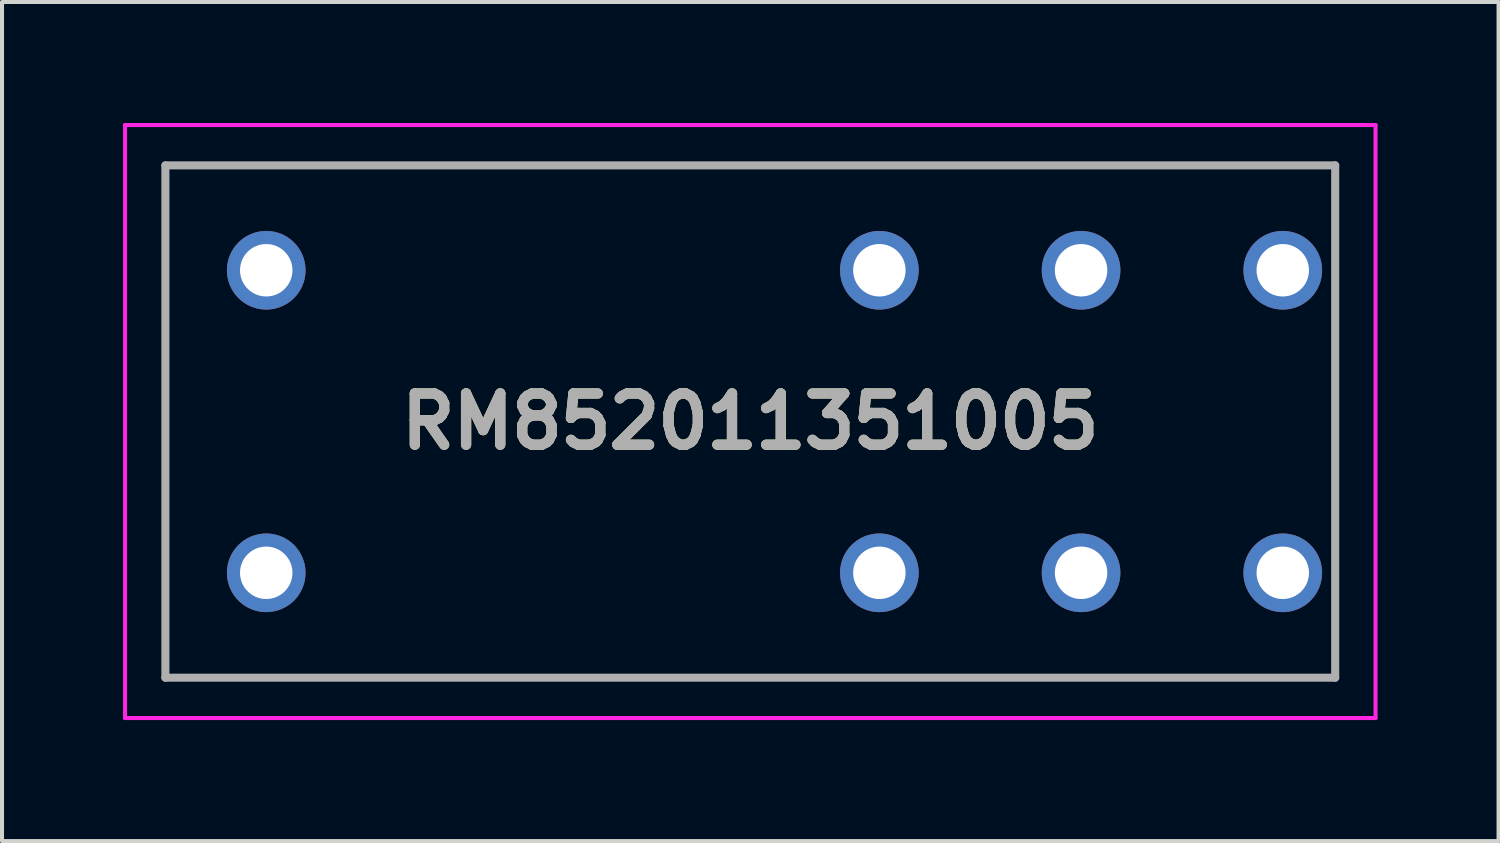
<source format=kicad_pcb>
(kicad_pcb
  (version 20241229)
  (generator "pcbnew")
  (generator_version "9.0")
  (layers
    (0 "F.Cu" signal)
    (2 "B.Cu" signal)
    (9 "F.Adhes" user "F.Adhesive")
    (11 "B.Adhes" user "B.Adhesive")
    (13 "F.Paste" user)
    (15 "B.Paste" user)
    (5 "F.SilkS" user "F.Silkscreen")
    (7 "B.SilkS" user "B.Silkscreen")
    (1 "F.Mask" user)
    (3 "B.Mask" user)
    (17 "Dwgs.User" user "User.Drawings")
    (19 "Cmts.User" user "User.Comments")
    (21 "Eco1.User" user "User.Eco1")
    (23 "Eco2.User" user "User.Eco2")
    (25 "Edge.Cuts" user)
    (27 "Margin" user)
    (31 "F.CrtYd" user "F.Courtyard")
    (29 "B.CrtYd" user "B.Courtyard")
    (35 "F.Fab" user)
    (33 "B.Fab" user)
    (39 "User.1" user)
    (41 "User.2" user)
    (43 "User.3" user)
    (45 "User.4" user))
  (footprint "RM852011351005"
    (layer "F.Cu")
    (at 23.75 11.15)
    (property "Reference" "RM852011351005" (at -8.2 -3.75 0) (layer "F.SilkS") (effects (font (size 1.27 1.27) (thickness 0.254))))
    (attr through_hole)
    (fp_line (start -22.7 -10.1) (end 6.3 -10.1) (stroke (width 0.1) (type solid)) (layer "F.SilkS"))
    (fp_line (start -22.7 2.6) (end -22.7 -10.1) (stroke (width 0.1) (type solid)) (layer "F.SilkS"))
    (fp_line (start 6.3 -10.1) (end 6.3 2.6) (stroke (width 0.1) (type solid)) (layer "F.SilkS"))
    (fp_line (start 6.3 2.6) (end -22.7 2.6) (stroke (width 0.1) (type solid)) (layer "F.SilkS"))
    (fp_line (start -23.7 -11.1) (end -23.7 3.6) (stroke (width 0.1) (type solid)) (layer "F.CrtYd"))
    (fp_line (start -23.7 3.6) (end 7.3 3.6) (stroke (width 0.1) (type solid)) (layer "F.CrtYd"))
    (fp_line (start 7.3 -11.1) (end -23.7 -11.1) (stroke (width 0.1) (type solid)) (layer "F.CrtYd"))
    (fp_line (start 7.3 3.6) (end 7.3 -11.1) (stroke (width 0.1) (type solid)) (layer "F.CrtYd"))
    (fp_line (start -22.7 -10.1) (end 6.3 -10.1) (stroke (width 0.2) (type solid)) (layer "F.Fab"))
    (fp_line (start -22.7 2.6) (end -22.7 -10.1) (stroke (width 0.2) (type solid)) (layer "F.Fab"))
    (fp_line (start 6.3 -10.1) (end 6.3 2.6) (stroke (width 0.2) (type solid)) (layer "F.Fab"))
    (fp_line (start 6.3 2.6) (end -22.7 2.6) (stroke (width 0.2) (type solid)) (layer "F.Fab"))
    (fp_text user "${REFERENCE}" (at -8.2 -3.75 0) (layer "F.Fab") (effects (font (size 1.27 1.27) (thickness 0.254))))
    (pad "11" thru_hole circle (at 0 0) (size 1.95 1.95) (drill 1.3) (layers "*.Cu" "*.Mask"))
    (pad "12" thru_hole circle (at -5 0) (size 1.95 1.95) (drill 1.3) (layers "*.Cu" "*.Mask"))
    (pad "14" thru_hole circle (at 5 0) (size 1.95 1.95) (drill 1.3) (layers "*.Cu" "*.Mask"))
    (pad "21" thru_hole circle (at 0 -7.5) (size 1.95 1.95) (drill 1.3) (layers "*.Cu" "*.Mask"))
    (pad "22" thru_hole circle (at -5 -7.5) (size 1.95 1.95) (drill 1.3) (layers "*.Cu" "*.Mask"))
    (pad "24" thru_hole circle (at 5 -7.5) (size 1.95 1.95) (drill 1.3) (layers "*.Cu" "*.Mask"))
    (pad "A1" thru_hole circle (at -20.2 0) (size 1.95 1.95) (drill 1.3) (layers "*.Cu" "*.Mask"))
    (pad "A2" thru_hole circle (at -20.2 -7.5) (size 1.95 1.95) (drill 1.3) (layers "*.Cu" "*.Mask")))
  (gr_rect
    (start -3 -3)
    (end 34.1 17.8)
    (stroke (width 0.1) (type default))
    (fill no)
    (layer "Edge.Cuts")))
</source>
